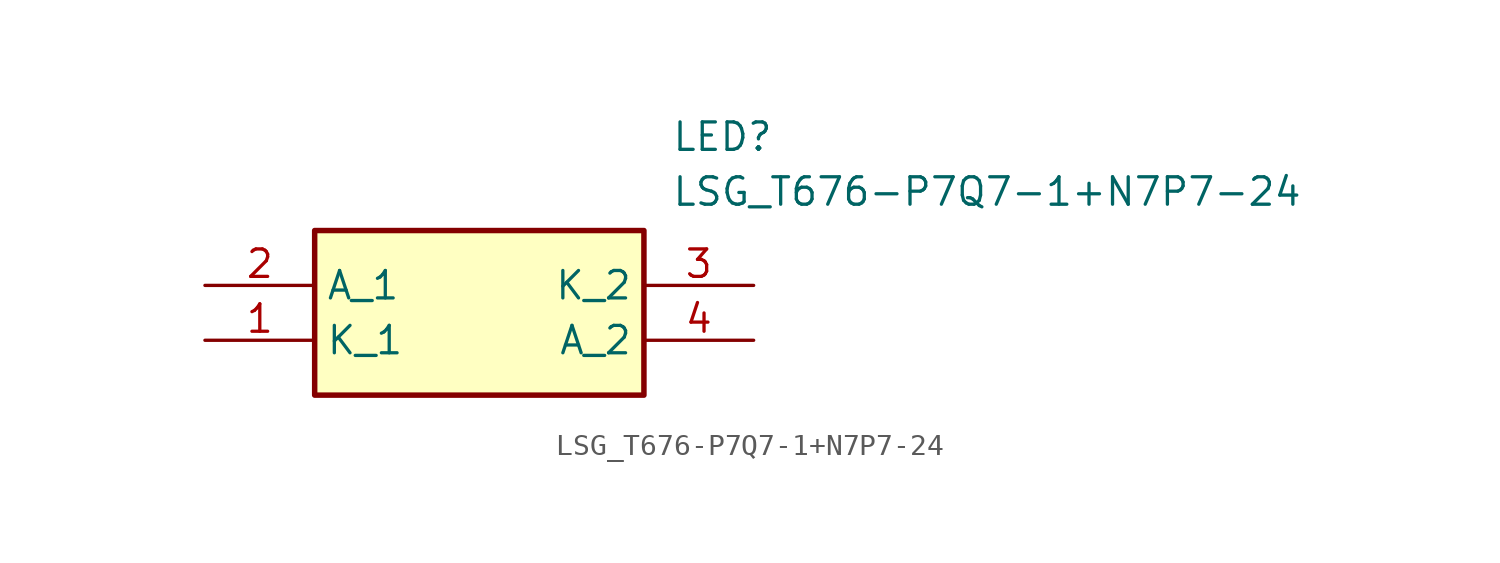
<source format=kicad_sym>
(kicad_symbol_lib
  (version 20211014)
  (generator SamacSys_ECAD_Model)
  (symbol "LSG_T676-P7Q7-1+N7P7-24"
    (property "Reference" "LED"
      (at 21.59 7.62 0)
      (effects (font (size 1.27 1.27)) (justify left top)))
    (property "Value" "LSG_T676-P7Q7-1+N7P7-24"
      (at 21.59 5.08 0)
      (effects (font (size 1.27 1.27)) (justify left top)))
    (rectangle
      (start 5.08 2.54)
      (end 20.32 -5.08)
      (stroke (width 0.254) (type default))
      (fill (type background)))
    (pin passive line
      (at 0 -2.54 0)
      (length 5.08)
      (name "K_1" (effects (font (size 1.27 1.27))))
      (number "1" (effects (font (size 1.27 1.27)))))
    (pin passive line
      (at 0 0 0)
      (length 5.08)
      (name "A_1" (effects (font (size 1.27 1.27))))
      (number "2" (effects (font (size 1.27 1.27)))))
    (pin passive line
      (at 25.4 0 180)
      (length 5.08)
      (name "K_2" (effects (font (size 1.27 1.27))))
      (number "3" (effects (font (size 1.27 1.27)))))
    (pin passive line
      (at 25.4 -2.54 180)
      (length 5.08)
      (name "A_2" (effects (font (size 1.27 1.27))))
      (number "4" (effects (font (size 1.27 1.27)))))))
</source>
